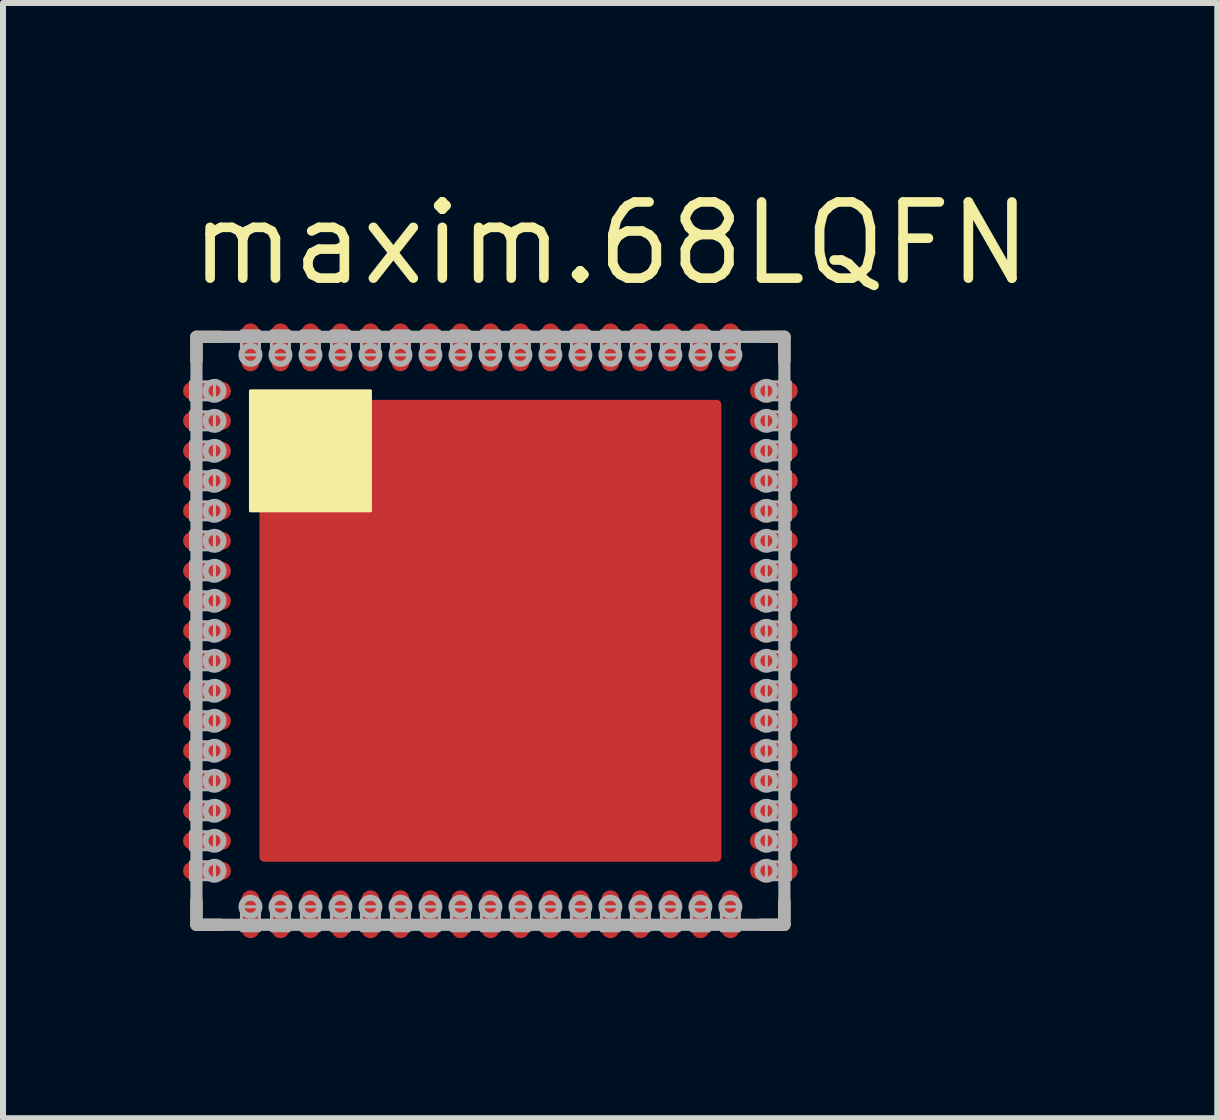
<source format=kicad_pcb>
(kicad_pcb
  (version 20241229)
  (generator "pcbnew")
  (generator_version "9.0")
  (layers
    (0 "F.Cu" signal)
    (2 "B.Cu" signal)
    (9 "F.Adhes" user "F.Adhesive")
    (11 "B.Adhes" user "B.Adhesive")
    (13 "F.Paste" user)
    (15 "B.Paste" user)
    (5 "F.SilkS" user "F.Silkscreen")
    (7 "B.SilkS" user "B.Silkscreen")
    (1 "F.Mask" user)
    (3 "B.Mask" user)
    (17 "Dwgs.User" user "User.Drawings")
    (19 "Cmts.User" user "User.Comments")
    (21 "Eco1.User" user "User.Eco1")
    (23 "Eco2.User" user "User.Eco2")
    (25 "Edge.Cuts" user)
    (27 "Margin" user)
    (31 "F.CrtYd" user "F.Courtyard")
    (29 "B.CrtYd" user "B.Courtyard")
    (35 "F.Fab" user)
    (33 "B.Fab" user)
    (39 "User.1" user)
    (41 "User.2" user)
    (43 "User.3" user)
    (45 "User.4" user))
  (footprint "maxim.68LQFN"
    (layer "F.Cu")
    (at 5.125 7.465)
    (property "Reference" "maxim.68LQFN" (at -5.08 -5.715 0) (layer "F.SilkS") (effects (font (size 1.27 1.27) (thickness 0.16)) (justify left bottom)))
    (attr smd)
    (fp_line (start -4.9 -4.9) (end -4.5 -4.9) (stroke (width 0.203) (type default)) (layer "F.SilkS"))
    (fp_line (start -4.9 -4.5) (end -4.9 -4.9) (stroke (width 0.203) (type default)) (layer "F.SilkS"))
    (fp_line (start -4.9 4.9) (end -4.9 4.5) (stroke (width 0.203) (type default)) (layer "F.SilkS"))
    (fp_line (start -4.5 4.9) (end -4.9 4.9) (stroke (width 0.203) (type default)) (layer "F.SilkS"))
    (fp_line (start 4.5 -4.9) (end 4.9 -4.9) (stroke (width 0.203) (type default)) (layer "F.SilkS"))
    (fp_line (start 4.9 -4.9) (end 4.9 -4.5) (stroke (width 0.203) (type default)) (layer "F.SilkS"))
    (fp_line (start 4.9 4.5) (end 4.9 4.9) (stroke (width 0.203) (type default)) (layer "F.SilkS"))
    (fp_line (start 4.9 4.9) (end 4.5 4.9) (stroke (width 0.203) (type default)) (layer "F.SilkS"))
    (fp_rect (start -4 -2) (end -2 -4) (stroke (width 0.05) (type default)) (fill yes) (layer "F.SilkS"))
    (fp_line (start -4.9 -4.9) (end 4.9 -4.9) (stroke (width 0.203) (type default)) (layer "F.Fab"))
    (fp_line (start -4.9 4.9) (end -4.9 -4.9) (stroke (width 0.203) (type default)) (layer "F.Fab"))
    (fp_line (start 4.9 -4.9) (end 4.9 4.9) (stroke (width 0.203) (type default)) (layer "F.Fab"))
    (fp_line (start 4.9 4.9) (end -4.9 4.9) (stroke (width 0.203) (type default)) (layer "F.Fab"))
    (fp_rect (start -5 -3.85) (end -4.6 -4.15) (stroke (width 0.05) (type default)) (fill no) (layer "F.Fab"))
    (fp_rect (start -5 -3.35) (end -4.6 -3.65) (stroke (width 0.05) (type default)) (fill no) (layer "F.Fab"))
    (fp_rect (start -5 -2.85) (end -4.6 -3.15) (stroke (width 0.05) (type default)) (fill no) (layer "F.Fab"))
    (fp_rect (start -5 -2.35) (end -4.6 -2.65) (stroke (width 0.05) (type default)) (fill no) (layer "F.Fab"))
    (fp_rect (start -5 -1.85) (end -4.6 -2.15) (stroke (width 0.05) (type default)) (fill no) (layer "F.Fab"))
    (fp_rect (start -5 -1.35) (end -4.6 -1.65) (stroke (width 0.05) (type default)) (fill no) (layer "F.Fab"))
    (fp_rect (start -5 -0.85) (end -4.6 -1.15) (stroke (width 0.05) (type default)) (fill no) (layer "F.Fab"))
    (fp_rect (start -5 -0.35) (end -4.6 -0.65) (stroke (width 0.05) (type default)) (fill no) (layer "F.Fab"))
    (fp_rect (start -5 0.15) (end -4.6 -0.15) (stroke (width 0.05) (type default)) (fill no) (layer "F.Fab"))
    (fp_rect (start -5 0.65) (end -4.6 0.35) (stroke (width 0.05) (type default)) (fill no) (layer "F.Fab"))
    (fp_rect (start -5 1.15) (end -4.6 0.85) (stroke (width 0.05) (type default)) (fill no) (layer "F.Fab"))
    (fp_rect (start -5 1.65) (end -4.6 1.35) (stroke (width 0.05) (type default)) (fill no) (layer "F.Fab"))
    (fp_rect (start -5 2.15) (end -4.6 1.85) (stroke (width 0.05) (type default)) (fill no) (layer "F.Fab"))
    (fp_rect (start -5 2.65) (end -4.6 2.35) (stroke (width 0.05) (type default)) (fill no) (layer "F.Fab"))
    (fp_rect (start -5 3.15) (end -4.6 2.85) (stroke (width 0.05) (type default)) (fill no) (layer "F.Fab"))
    (fp_rect (start -5 3.65) (end -4.6 3.35) (stroke (width 0.05) (type default)) (fill no) (layer "F.Fab"))
    (fp_rect (start -5 4.15) (end -4.6 3.85) (stroke (width 0.05) (type default)) (fill no) (layer "F.Fab"))
    (fp_rect (start -4.15 -4.6) (end -3.85 -5) (stroke (width 0.05) (type default)) (fill no) (layer "F.Fab"))
    (fp_rect (start -4.15 5) (end -3.85 4.6) (stroke (width 0.05) (type default)) (fill no) (layer "F.Fab"))
    (fp_rect (start -3.65 -4.6) (end -3.35 -5) (stroke (width 0.05) (type default)) (fill no) (layer "F.Fab"))
    (fp_rect (start -3.65 5) (end -3.35 4.6) (stroke (width 0.05) (type default)) (fill no) (layer "F.Fab"))
    (fp_rect (start -3.15 -4.6) (end -2.85 -5) (stroke (width 0.05) (type default)) (fill no) (layer "F.Fab"))
    (fp_rect (start -3.15 5) (end -2.85 4.6) (stroke (width 0.05) (type default)) (fill no) (layer "F.Fab"))
    (fp_rect (start -2.65 -4.6) (end -2.35 -5) (stroke (width 0.05) (type default)) (fill no) (layer "F.Fab"))
    (fp_rect (start -2.65 5) (end -2.35 4.6) (stroke (width 0.05) (type default)) (fill no) (layer "F.Fab"))
    (fp_rect (start -2.15 -4.6) (end -1.85 -5) (stroke (width 0.05) (type default)) (fill no) (layer "F.Fab"))
    (fp_rect (start -2.15 5) (end -1.85 4.6) (stroke (width 0.05) (type default)) (fill no) (layer "F.Fab"))
    (fp_rect (start -1.65 -4.6) (end -1.35 -5) (stroke (width 0.05) (type default)) (fill no) (layer "F.Fab"))
    (fp_rect (start -1.65 5) (end -1.35 4.6) (stroke (width 0.05) (type default)) (fill no) (layer "F.Fab"))
    (fp_rect (start -1.15 -4.6) (end -0.85 -5) (stroke (width 0.05) (type default)) (fill no) (layer "F.Fab"))
    (fp_rect (start -1.15 5) (end -0.85 4.6) (stroke (width 0.05) (type default)) (fill no) (layer "F.Fab"))
    (fp_rect (start -0.65 -4.6) (end -0.35 -5) (stroke (width 0.05) (type default)) (fill no) (layer "F.Fab"))
    (fp_rect (start -0.65 5) (end -0.35 4.6) (stroke (width 0.05) (type default)) (fill no) (layer "F.Fab"))
    (fp_rect (start -0.15 -4.6) (end 0.15 -5) (stroke (width 0.05) (type default)) (fill no) (layer "F.Fab"))
    (fp_rect (start -0.15 5) (end 0.15 4.6) (stroke (width 0.05) (type default)) (fill no) (layer "F.Fab"))
    (fp_rect (start 0.35 -4.6) (end 0.65 -5) (stroke (width 0.05) (type default)) (fill no) (layer "F.Fab"))
    (fp_rect (start 0.35 5) (end 0.65 4.6) (stroke (width 0.05) (type default)) (fill no) (layer "F.Fab"))
    (fp_rect (start 0.85 -4.6) (end 1.15 -5) (stroke (width 0.05) (type default)) (fill no) (layer "F.Fab"))
    (fp_rect (start 0.85 5) (end 1.15 4.6) (stroke (width 0.05) (type default)) (fill no) (layer "F.Fab"))
    (fp_rect (start 1.35 -4.6) (end 1.65 -5) (stroke (width 0.05) (type default)) (fill no) (layer "F.Fab"))
    (fp_rect (start 1.35 5) (end 1.65 4.6) (stroke (width 0.05) (type default)) (fill no) (layer "F.Fab"))
    (fp_rect (start 1.85 -4.6) (end 2.15 -5) (stroke (width 0.05) (type default)) (fill no) (layer "F.Fab"))
    (fp_rect (start 1.85 5) (end 2.15 4.6) (stroke (width 0.05) (type default)) (fill no) (layer "F.Fab"))
    (fp_rect (start 2.35 -4.6) (end 2.65 -5) (stroke (width 0.05) (type default)) (fill no) (layer "F.Fab"))
    (fp_rect (start 2.35 5) (end 2.65 4.6) (stroke (width 0.05) (type default)) (fill no) (layer "F.Fab"))
    (fp_rect (start 2.85 -4.6) (end 3.15 -5) (stroke (width 0.05) (type default)) (fill no) (layer "F.Fab"))
    (fp_rect (start 2.85 5) (end 3.15 4.6) (stroke (width 0.05) (type default)) (fill no) (layer "F.Fab"))
    (fp_rect (start 3.35 -4.6) (end 3.65 -5) (stroke (width 0.05) (type default)) (fill no) (layer "F.Fab"))
    (fp_rect (start 3.35 5) (end 3.65 4.6) (stroke (width 0.05) (type default)) (fill no) (layer "F.Fab"))
    (fp_rect (start 3.85 -4.6) (end 4.15 -5) (stroke (width 0.05) (type default)) (fill no) (layer "F.Fab"))
    (fp_rect (start 3.85 5) (end 4.15 4.6) (stroke (width 0.05) (type default)) (fill no) (layer "F.Fab"))
    (fp_rect (start 4.6 -3.85) (end 5 -4.15) (stroke (width 0.05) (type default)) (fill no) (layer "F.Fab"))
    (fp_rect (start 4.6 -3.35) (end 5 -3.65) (stroke (width 0.05) (type default)) (fill no) (layer "F.Fab"))
    (fp_rect (start 4.6 -2.85) (end 5 -3.15) (stroke (width 0.05) (type default)) (fill no) (layer "F.Fab"))
    (fp_rect (start 4.6 -2.35) (end 5 -2.65) (stroke (width 0.05) (type default)) (fill no) (layer "F.Fab"))
    (fp_rect (start 4.6 -1.85) (end 5 -2.15) (stroke (width 0.05) (type default)) (fill no) (layer "F.Fab"))
    (fp_rect (start 4.6 -1.35) (end 5 -1.65) (stroke (width 0.05) (type default)) (fill no) (layer "F.Fab"))
    (fp_rect (start 4.6 -0.85) (end 5 -1.15) (stroke (width 0.05) (type default)) (fill no) (layer "F.Fab"))
    (fp_rect (start 4.6 -0.35) (end 5 -0.65) (stroke (width 0.05) (type default)) (fill no) (layer "F.Fab"))
    (fp_rect (start 4.6 0.15) (end 5 -0.15) (stroke (width 0.05) (type default)) (fill no) (layer "F.Fab"))
    (fp_rect (start 4.6 0.65) (end 5 0.35) (stroke (width 0.05) (type default)) (fill no) (layer "F.Fab"))
    (fp_rect (start 4.6 1.15) (end 5 0.85) (stroke (width 0.05) (type default)) (fill no) (layer "F.Fab"))
    (fp_rect (start 4.6 1.65) (end 5 1.35) (stroke (width 0.05) (type default)) (fill no) (layer "F.Fab"))
    (fp_rect (start 4.6 2.15) (end 5 1.85) (stroke (width 0.05) (type default)) (fill no) (layer "F.Fab"))
    (fp_rect (start 4.6 2.65) (end 5 2.35) (stroke (width 0.05) (type default)) (fill no) (layer "F.Fab"))
    (fp_rect (start 4.6 3.15) (end 5 2.85) (stroke (width 0.05) (type default)) (fill no) (layer "F.Fab"))
    (fp_rect (start 4.6 3.65) (end 5 3.35) (stroke (width 0.05) (type default)) (fill no) (layer "F.Fab"))
    (fp_rect (start 4.6 4.15) (end 5 3.85) (stroke (width 0.05) (type default)) (fill no) (layer "F.Fab"))
    (fp_circle (center -4.6 -4) (end -4.45 -4) (stroke (width 0.1) (type default)) (fill no) (layer "F.Fab"))
    (fp_circle (center -4.6 -3.5) (end -4.45 -3.5) (stroke (width 0.1) (type default)) (fill no) (layer "F.Fab"))
    (fp_circle (center -4.6 -3) (end -4.45 -3) (stroke (width 0.1) (type default)) (fill no) (layer "F.Fab"))
    (fp_circle (center -4.6 -2.5) (end -4.45 -2.5) (stroke (width 0.1) (type default)) (fill no) (layer "F.Fab"))
    (fp_circle (center -4.6 -2) (end -4.45 -2) (stroke (width 0.1) (type default)) (fill no) (layer "F.Fab"))
    (fp_circle (center -4.6 -1.5) (end -4.45 -1.5) (stroke (width 0.1) (type default)) (fill no) (layer "F.Fab"))
    (fp_circle (center -4.6 -1) (end -4.45 -1) (stroke (width 0.1) (type default)) (fill no) (layer "F.Fab"))
    (fp_circle (center -4.6 -0.5) (end -4.45 -0.5) (stroke (width 0.1) (type default)) (fill no) (layer "F.Fab"))
    (fp_circle (center -4.6 0) (end -4.45 0) (stroke (width 0.1) (type default)) (fill no) (layer "F.Fab"))
    (fp_circle (center -4.6 0.5) (end -4.45 0.5) (stroke (width 0.1) (type default)) (fill no) (layer "F.Fab"))
    (fp_circle (center -4.6 1) (end -4.45 1) (stroke (width 0.1) (type default)) (fill no) (layer "F.Fab"))
    (fp_circle (center -4.6 1.5) (end -4.45 1.5) (stroke (width 0.1) (type default)) (fill no) (layer "F.Fab"))
    (fp_circle (center -4.6 2) (end -4.45 2) (stroke (width 0.1) (type default)) (fill no) (layer "F.Fab"))
    (fp_circle (center -4.6 2.5) (end -4.45 2.5) (stroke (width 0.1) (type default)) (fill no) (layer "F.Fab"))
    (fp_circle (center -4.6 3) (end -4.45 3) (stroke (width 0.1) (type default)) (fill no) (layer "F.Fab"))
    (fp_circle (center -4.6 3.5) (end -4.45 3.5) (stroke (width 0.1) (type default)) (fill no) (layer "F.Fab"))
    (fp_circle (center -4.6 4) (end -4.45 4) (stroke (width 0.1) (type default)) (fill no) (layer "F.Fab"))
    (fp_circle (center -4 -4.6) (end -3.85 -4.6) (stroke (width 0.1) (type default)) (fill no) (layer "F.Fab"))
    (fp_circle (center -4 4.6) (end -3.85 4.6) (stroke (width 0.1) (type default)) (fill no) (layer "F.Fab"))
    (fp_circle (center -3.5 -4.6) (end -3.35 -4.6) (stroke (width 0.1) (type default)) (fill no) (layer "F.Fab"))
    (fp_circle (center -3.5 4.6) (end -3.35 4.6) (stroke (width 0.1) (type default)) (fill no) (layer "F.Fab"))
    (fp_circle (center -3 -4.6) (end -2.85 -4.6) (stroke (width 0.1) (type default)) (fill no) (layer "F.Fab"))
    (fp_circle (center -3 4.6) (end -2.85 4.6) (stroke (width 0.1) (type default)) (fill no) (layer "F.Fab"))
    (fp_circle (center -2.5 -4.6) (end -2.35 -4.6) (stroke (width 0.1) (type default)) (fill no) (layer "F.Fab"))
    (fp_circle (center -2.5 4.6) (end -2.35 4.6) (stroke (width 0.1) (type default)) (fill no) (layer "F.Fab"))
    (fp_circle (center -2 -4.6) (end -1.85 -4.6) (stroke (width 0.1) (type default)) (fill no) (layer "F.Fab"))
    (fp_circle (center -2 4.6) (end -1.85 4.6) (stroke (width 0.1) (type default)) (fill no) (layer "F.Fab"))
    (fp_circle (center -1.5 -4.6) (end -1.35 -4.6) (stroke (width 0.1) (type default)) (fill no) (layer "F.Fab"))
    (fp_circle (center -1.5 4.6) (end -1.35 4.6) (stroke (width 0.1) (type default)) (fill no) (layer "F.Fab"))
    (fp_circle (center -1 -4.6) (end -0.85 -4.6) (stroke (width 0.1) (type default)) (fill no) (layer "F.Fab"))
    (fp_circle (center -1 4.6) (end -0.85 4.6) (stroke (width 0.1) (type default)) (fill no) (layer "F.Fab"))
    (fp_circle (center -0.5 -4.6) (end -0.35 -4.6) (stroke (width 0.1) (type default)) (fill no) (layer "F.Fab"))
    (fp_circle (center -0.5 4.6) (end -0.35 4.6) (stroke (width 0.1) (type default)) (fill no) (layer "F.Fab"))
    (fp_circle (center 0 -4.6) (end 0.15 -4.6) (stroke (width 0.1) (type default)) (fill no) (layer "F.Fab"))
    (fp_circle (center 0 4.6) (end 0.15 4.6) (stroke (width 0.1) (type default)) (fill no) (layer "F.Fab"))
    (fp_circle (center 0.5 -4.6) (end 0.65 -4.6) (stroke (width 0.1) (type default)) (fill no) (layer "F.Fab"))
    (fp_circle (center 0.5 4.6) (end 0.65 4.6) (stroke (width 0.1) (type default)) (fill no) (layer "F.Fab"))
    (fp_circle (center 1 -4.6) (end 1.15 -4.6) (stroke (width 0.1) (type default)) (fill no) (layer "F.Fab"))
    (fp_circle (center 1 4.6) (end 1.15 4.6) (stroke (width 0.1) (type default)) (fill no) (layer "F.Fab"))
    (fp_circle (center 1.5 -4.6) (end 1.65 -4.6) (stroke (width 0.1) (type default)) (fill no) (layer "F.Fab"))
    (fp_circle (center 1.5 4.6) (end 1.65 4.6) (stroke (width 0.1) (type default)) (fill no) (layer "F.Fab"))
    (fp_circle (center 2 -4.6) (end 2.15 -4.6) (stroke (width 0.1) (type default)) (fill no) (layer "F.Fab"))
    (fp_circle (center 2 4.6) (end 2.15 4.6) (stroke (width 0.1) (type default)) (fill no) (layer "F.Fab"))
    (fp_circle (center 2.5 -4.6) (end 2.65 -4.6) (stroke (width 0.1) (type default)) (fill no) (layer "F.Fab"))
    (fp_circle (center 2.5 4.6) (end 2.65 4.6) (stroke (width 0.1) (type default)) (fill no) (layer "F.Fab"))
    (fp_circle (center 3 -4.6) (end 3.15 -4.6) (stroke (width 0.1) (type default)) (fill no) (layer "F.Fab"))
    (fp_circle (center 3 4.6) (end 3.15 4.6) (stroke (width 0.1) (type default)) (fill no) (layer "F.Fab"))
    (fp_circle (center 3.5 -4.6) (end 3.65 -4.6) (stroke (width 0.1) (type default)) (fill no) (layer "F.Fab"))
    (fp_circle (center 3.5 4.6) (end 3.65 4.6) (stroke (width 0.1) (type default)) (fill no) (layer "F.Fab"))
    (fp_circle (center 4 -4.6) (end 4.15 -4.6) (stroke (width 0.1) (type default)) (fill no) (layer "F.Fab"))
    (fp_circle (center 4 4.6) (end 4.15 4.6) (stroke (width 0.1) (type default)) (fill no) (layer "F.Fab"))
    (fp_circle (center 4.6 -4) (end 4.75 -4) (stroke (width 0.1) (type default)) (fill no) (layer "F.Fab"))
    (fp_circle (center 4.6 -3.5) (end 4.75 -3.5) (stroke (width 0.1) (type default)) (fill no) (layer "F.Fab"))
    (fp_circle (center 4.6 -3) (end 4.75 -3) (stroke (width 0.1) (type default)) (fill no) (layer "F.Fab"))
    (fp_circle (center 4.6 -2.5) (end 4.75 -2.5) (stroke (width 0.1) (type default)) (fill no) (layer "F.Fab"))
    (fp_circle (center 4.6 -2) (end 4.75 -2) (stroke (width 0.1) (type default)) (fill no) (layer "F.Fab"))
    (fp_circle (center 4.6 -1.5) (end 4.75 -1.5) (stroke (width 0.1) (type default)) (fill no) (layer "F.Fab"))
    (fp_circle (center 4.6 -1) (end 4.75 -1) (stroke (width 0.1) (type default)) (fill no) (layer "F.Fab"))
    (fp_circle (center 4.6 -0.5) (end 4.75 -0.5) (stroke (width 0.1) (type default)) (fill no) (layer "F.Fab"))
    (fp_circle (center 4.6 0) (end 4.75 0) (stroke (width 0.1) (type default)) (fill no) (layer "F.Fab"))
    (fp_circle (center 4.6 0.5) (end 4.75 0.5) (stroke (width 0.1) (type default)) (fill no) (layer "F.Fab"))
    (fp_circle (center 4.6 1) (end 4.75 1) (stroke (width 0.1) (type default)) (fill no) (layer "F.Fab"))
    (fp_circle (center 4.6 1.5) (end 4.75 1.5) (stroke (width 0.1) (type default)) (fill no) (layer "F.Fab"))
    (fp_circle (center 4.6 2) (end 4.75 2) (stroke (width 0.1) (type default)) (fill no) (layer "F.Fab"))
    (fp_circle (center 4.6 2.5) (end 4.75 2.5) (stroke (width 0.1) (type default)) (fill no) (layer "F.Fab"))
    (fp_circle (center 4.6 3) (end 4.75 3) (stroke (width 0.1) (type default)) (fill no) (layer "F.Fab"))
    (fp_circle (center 4.6 3.5) (end 4.75 3.5) (stroke (width 0.1) (type default)) (fill no) (layer "F.Fab"))
    (fp_circle (center 4.6 4) (end 4.75 4) (stroke (width 0.1) (type default)) (fill no) (layer "F.Fab"))
    (pad "1" smd roundrect (at -4.725 -4) (size 0.8 0.3) (layers "F.Cu" "F.Mask" "F.Paste") (roundrect_rratio 0.5))
    (pad "2" smd roundrect (at -4.725 -3.5) (size 0.8 0.3) (layers "F.Cu" "F.Mask" "F.Paste") (roundrect_rratio 0.5))
    (pad "3" smd roundrect (at -4.725 -3) (size 0.8 0.3) (layers "F.Cu" "F.Mask" "F.Paste") (roundrect_rratio 0.5))
    (pad "4" smd roundrect (at -4.725 -2.5) (size 0.8 0.3) (layers "F.Cu" "F.Mask" "F.Paste") (roundrect_rratio 0.5))
    (pad "5" smd roundrect (at -4.725 -2) (size 0.8 0.3) (layers "F.Cu" "F.Mask" "F.Paste") (roundrect_rratio 0.5))
    (pad "6" smd roundrect (at -4.725 -1.5) (size 0.8 0.3) (layers "F.Cu" "F.Mask" "F.Paste") (roundrect_rratio 0.5))
    (pad "7" smd roundrect (at -4.725 -1) (size 0.8 0.3) (layers "F.Cu" "F.Mask" "F.Paste") (roundrect_rratio 0.5))
    (pad "8" smd roundrect (at -4.725 -0.5) (size 0.8 0.3) (layers "F.Cu" "F.Mask" "F.Paste") (roundrect_rratio 0.5))
    (pad "9" smd roundrect (at -4.725 0) (size 0.8 0.3) (layers "F.Cu" "F.Mask" "F.Paste") (roundrect_rratio 0.5))
    (pad "10" smd roundrect (at -4.725 0.5) (size 0.8 0.3) (layers "F.Cu" "F.Mask" "F.Paste") (roundrect_rratio 0.5))
    (pad "11" smd roundrect (at -4.725 1) (size 0.8 0.3) (layers "F.Cu" "F.Mask" "F.Paste") (roundrect_rratio 0.5))
    (pad "12" smd roundrect (at -4.725 1.5) (size 0.8 0.3) (layers "F.Cu" "F.Mask" "F.Paste") (roundrect_rratio 0.5))
    (pad "13" smd roundrect (at -4.725 2) (size 0.8 0.3) (layers "F.Cu" "F.Mask" "F.Paste") (roundrect_rratio 0.5))
    (pad "14" smd roundrect (at -4.725 2.5) (size 0.8 0.3) (layers "F.Cu" "F.Mask" "F.Paste") (roundrect_rratio 0.5))
    (pad "15" smd roundrect (at -4.725 3) (size 0.8 0.3) (layers "F.Cu" "F.Mask" "F.Paste") (roundrect_rratio 0.5))
    (pad "16" smd roundrect (at -4.725 3.5) (size 0.8 0.3) (layers "F.Cu" "F.Mask" "F.Paste") (roundrect_rratio 0.5))
    (pad "17" smd roundrect (at -4.725 4) (size 0.8 0.3) (layers "F.Cu" "F.Mask" "F.Paste") (roundrect_rratio 0.5))
    (pad "18" smd roundrect (at -4 4.725 90) (size 0.8 0.3) (layers "F.Cu" "F.Mask" "F.Paste") (roundrect_rratio 0.5))
    (pad "19" smd roundrect (at -3.5 4.725 90) (size 0.8 0.3) (layers "F.Cu" "F.Mask" "F.Paste") (roundrect_rratio 0.5))
    (pad "20" smd roundrect (at -3 4.725 90) (size 0.8 0.3) (layers "F.Cu" "F.Mask" "F.Paste") (roundrect_rratio 0.5))
    (pad "21" smd roundrect (at -2.5 4.725 90) (size 0.8 0.3) (layers "F.Cu" "F.Mask" "F.Paste") (roundrect_rratio 0.5))
    (pad "22" smd roundrect (at -2 4.725 90) (size 0.8 0.3) (layers "F.Cu" "F.Mask" "F.Paste") (roundrect_rratio 0.5))
    (pad "23" smd roundrect (at -1.5 4.725 90) (size 0.8 0.3) (layers "F.Cu" "F.Mask" "F.Paste") (roundrect_rratio 0.5))
    (pad "24" smd roundrect (at -1 4.725 90) (size 0.8 0.3) (layers "F.Cu" "F.Mask" "F.Paste") (roundrect_rratio 0.5))
    (pad "25" smd roundrect (at -0.5 4.725 90) (size 0.8 0.3) (layers "F.Cu" "F.Mask" "F.Paste") (roundrect_rratio 0.5))
    (pad "26" smd roundrect (at 0 4.725 90) (size 0.8 0.3) (layers "F.Cu" "F.Mask" "F.Paste") (roundrect_rratio 0.5))
    (pad "27" smd roundrect (at 0.5 4.725 90) (size 0.8 0.3) (layers "F.Cu" "F.Mask" "F.Paste") (roundrect_rratio 0.5))
    (pad "28" smd roundrect (at 1 4.725 90) (size 0.8 0.3) (layers "F.Cu" "F.Mask" "F.Paste") (roundrect_rratio 0.5))
    (pad "29" smd roundrect (at 1.5 4.725 90) (size 0.8 0.3) (layers "F.Cu" "F.Mask" "F.Paste") (roundrect_rratio 0.5))
    (pad "30" smd roundrect (at 2 4.725 90) (size 0.8 0.3) (layers "F.Cu" "F.Mask" "F.Paste") (roundrect_rratio 0.5))
    (pad "31" smd roundrect (at 2.5 4.725 90) (size 0.8 0.3) (layers "F.Cu" "F.Mask" "F.Paste") (roundrect_rratio 0.5))
    (pad "32" smd roundrect (at 3 4.725 90) (size 0.8 0.3) (layers "F.Cu" "F.Mask" "F.Paste") (roundrect_rratio 0.5))
    (pad "33" smd roundrect (at 3.5 4.725 90) (size 0.8 0.3) (layers "F.Cu" "F.Mask" "F.Paste") (roundrect_rratio 0.5))
    (pad "34" smd roundrect (at 4 4.725 90) (size 0.8 0.3) (layers "F.Cu" "F.Mask" "F.Paste") (roundrect_rratio 0.5))
    (pad "35" smd roundrect (at 4.725 4 180) (size 0.8 0.3) (layers "F.Cu" "F.Mask" "F.Paste") (roundrect_rratio 0.5))
    (pad "36" smd roundrect (at 4.725 3.5 180) (size 0.8 0.3) (layers "F.Cu" "F.Mask" "F.Paste") (roundrect_rratio 0.5))
    (pad "37" smd roundrect (at 4.725 3 180) (size 0.8 0.3) (layers "F.Cu" "F.Mask" "F.Paste") (roundrect_rratio 0.5))
    (pad "38" smd roundrect (at 4.725 2.5 180) (size 0.8 0.3) (layers "F.Cu" "F.Mask" "F.Paste") (roundrect_rratio 0.5))
    (pad "39" smd roundrect (at 4.725 2 180) (size 0.8 0.3) (layers "F.Cu" "F.Mask" "F.Paste") (roundrect_rratio 0.5))
    (pad "40" smd roundrect (at 4.725 1.5 180) (size 0.8 0.3) (layers "F.Cu" "F.Mask" "F.Paste") (roundrect_rratio 0.5))
    (pad "41" smd roundrect (at 4.725 1 180) (size 0.8 0.3) (layers "F.Cu" "F.Mask" "F.Paste") (roundrect_rratio 0.5))
    (pad "42" smd roundrect (at 4.725 0.5 180) (size 0.8 0.3) (layers "F.Cu" "F.Mask" "F.Paste") (roundrect_rratio 0.5))
    (pad "43" smd roundrect (at 4.725 0 180) (size 0.8 0.3) (layers "F.Cu" "F.Mask" "F.Paste") (roundrect_rratio 0.5))
    (pad "44" smd roundrect (at 4.725 -0.5 180) (size 0.8 0.3) (layers "F.Cu" "F.Mask" "F.Paste") (roundrect_rratio 0.5))
    (pad "45" smd roundrect (at 4.725 -1 180) (size 0.8 0.3) (layers "F.Cu" "F.Mask" "F.Paste") (roundrect_rratio 0.5))
    (pad "46" smd roundrect (at 4.725 -1.5 180) (size 0.8 0.3) (layers "F.Cu" "F.Mask" "F.Paste") (roundrect_rratio 0.5))
    (pad "47" smd roundrect (at 4.725 -2 180) (size 0.8 0.3) (layers "F.Cu" "F.Mask" "F.Paste") (roundrect_rratio 0.5))
    (pad "48" smd roundrect (at 4.725 -2.5 180) (size 0.8 0.3) (layers "F.Cu" "F.Mask" "F.Paste") (roundrect_rratio 0.5))
    (pad "49" smd roundrect (at 4.725 -3 180) (size 0.8 0.3) (layers "F.Cu" "F.Mask" "F.Paste") (roundrect_rratio 0.5))
    (pad "50" smd roundrect (at 4.725 -3.5 180) (size 0.8 0.3) (layers "F.Cu" "F.Mask" "F.Paste") (roundrect_rratio 0.5))
    (pad "51" smd roundrect (at 4.725 -4 180) (size 0.8 0.3) (layers "F.Cu" "F.Mask" "F.Paste") (roundrect_rratio 0.5))
    (pad "52" smd roundrect (at 4 -4.725 270) (size 0.8 0.3) (layers "F.Cu" "F.Mask" "F.Paste") (roundrect_rratio 0.5))
    (pad "53" smd roundrect (at 3.5 -4.725 270) (size 0.8 0.3) (layers "F.Cu" "F.Mask" "F.Paste") (roundrect_rratio 0.5))
    (pad "54" smd roundrect (at 3 -4.725 270) (size 0.8 0.3) (layers "F.Cu" "F.Mask" "F.Paste") (roundrect_rratio 0.5))
    (pad "55" smd roundrect (at 2.5 -4.725 270) (size 0.8 0.3) (layers "F.Cu" "F.Mask" "F.Paste") (roundrect_rratio 0.5))
    (pad "56" smd roundrect (at 2 -4.725 270) (size 0.8 0.3) (layers "F.Cu" "F.Mask" "F.Paste") (roundrect_rratio 0.5))
    (pad "57" smd roundrect (at 1.5 -4.725 270) (size 0.8 0.3) (layers "F.Cu" "F.Mask" "F.Paste") (roundrect_rratio 0.5))
    (pad "58" smd roundrect (at 1 -4.725 270) (size 0.8 0.3) (layers "F.Cu" "F.Mask" "F.Paste") (roundrect_rratio 0.5))
    (pad "59" smd roundrect (at 0.5 -4.725 270) (size 0.8 0.3) (layers "F.Cu" "F.Mask" "F.Paste") (roundrect_rratio 0.5))
    (pad "60" smd roundrect (at 0 -4.725 270) (size 0.8 0.3) (layers "F.Cu" "F.Mask" "F.Paste") (roundrect_rratio 0.5))
    (pad "61" smd roundrect (at -0.5 -4.725 270) (size 0.8 0.3) (layers "F.Cu" "F.Mask" "F.Paste") (roundrect_rratio 0.5))
    (pad "62" smd roundrect (at -1 -4.725 270) (size 0.8 0.3) (layers "F.Cu" "F.Mask" "F.Paste") (roundrect_rratio 0.5))
    (pad "63" smd roundrect (at -1.5 -4.725 270) (size 0.8 0.3) (layers "F.Cu" "F.Mask" "F.Paste") (roundrect_rratio 0.5))
    (pad "64" smd roundrect (at -2 -4.725 270) (size 0.8 0.3) (layers "F.Cu" "F.Mask" "F.Paste") (roundrect_rratio 0.5))
    (pad "65" smd roundrect (at -2.5 -4.725 270) (size 0.8 0.3) (layers "F.Cu" "F.Mask" "F.Paste") (roundrect_rratio 0.5))
    (pad "66" smd roundrect (at -3 -4.725 270) (size 0.8 0.3) (layers "F.Cu" "F.Mask" "F.Paste") (roundrect_rratio 0.5))
    (pad "67" smd roundrect (at -3.5 -4.725 270) (size 0.8 0.3) (layers "F.Cu" "F.Mask" "F.Paste") (roundrect_rratio 0.5))
    (pad "68" smd roundrect (at -4 -4.725 270) (size 0.8 0.3) (layers "F.Cu" "F.Mask" "F.Paste") (roundrect_rratio 0.5))
    (pad "TH" smd roundrect (at 0 0) (size 7.7 7.7) (layers "F.Cu" "F.Mask" "F.Paste") (roundrect_rratio 0.01)))
  (gr_rect
    (start -3 -3)
    (end 17.241 15.59)
    (stroke (width 0.1) (type default))
    (fill no)
    (layer "Edge.Cuts")))
</source>
